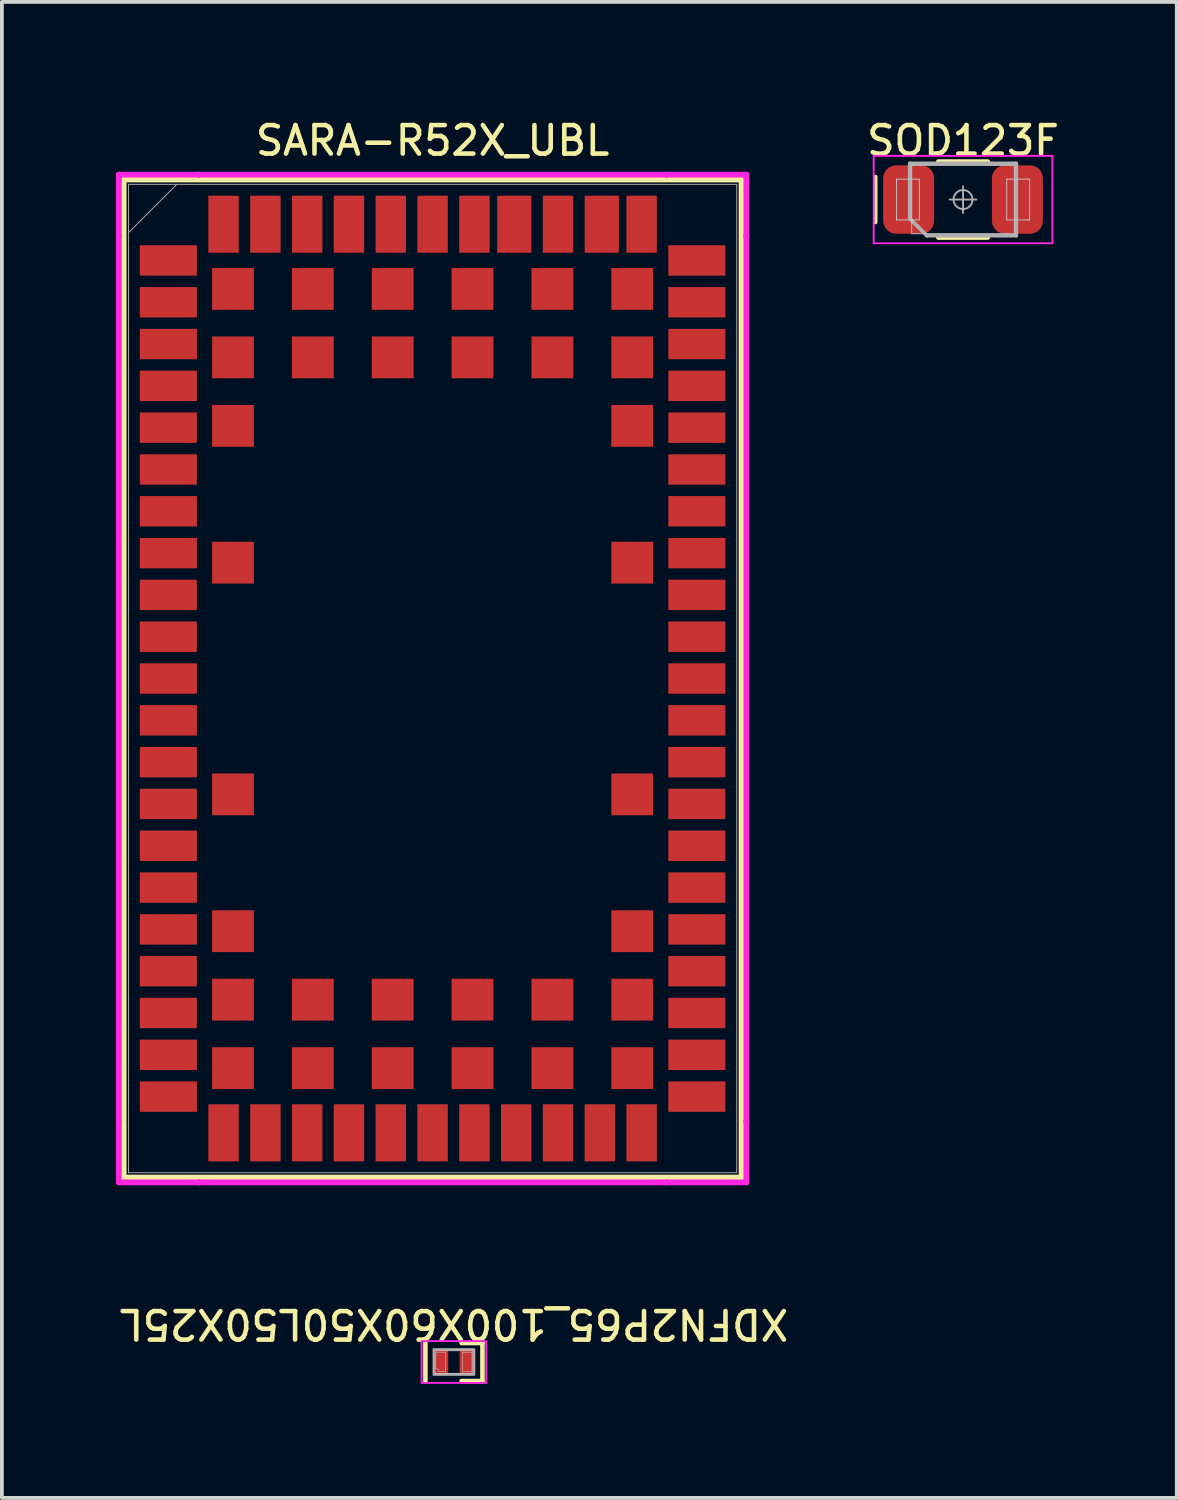
<source format=kicad_pcb>
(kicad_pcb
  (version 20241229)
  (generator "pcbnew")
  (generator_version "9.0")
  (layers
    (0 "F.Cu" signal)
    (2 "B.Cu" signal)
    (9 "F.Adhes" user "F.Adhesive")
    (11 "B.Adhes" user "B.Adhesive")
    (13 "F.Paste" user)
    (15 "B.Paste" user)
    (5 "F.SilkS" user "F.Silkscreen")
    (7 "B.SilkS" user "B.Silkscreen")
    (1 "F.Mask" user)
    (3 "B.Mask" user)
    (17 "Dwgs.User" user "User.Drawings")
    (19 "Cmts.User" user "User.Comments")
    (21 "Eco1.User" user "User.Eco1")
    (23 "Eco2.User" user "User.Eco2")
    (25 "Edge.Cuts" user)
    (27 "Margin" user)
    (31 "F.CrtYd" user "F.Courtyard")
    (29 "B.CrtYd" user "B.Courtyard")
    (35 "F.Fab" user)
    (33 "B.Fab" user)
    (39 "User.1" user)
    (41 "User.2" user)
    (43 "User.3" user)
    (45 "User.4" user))
  (footprint "SARA-R52X_UBL"
    (layer "F.Cu")
    (at 8.33 14.799)
    (property "Reference" "SARA-R52X_UBL" (at 0 -14.15 0) (unlocked yes) (layer "F.SilkS") (effects (font (size 0.75 0.75) (thickness 0.12))))
    (attr smd)
    (fp_line (start -8.127 -13.127) (end -8.127 13.127) (stroke (width 0.152) (type solid)) (layer "F.SilkS"))
    (fp_line (start -8.127 13.127) (end 8.127 13.127) (stroke (width 0.152) (type solid)) (layer "F.SilkS"))
    (fp_line (start 8.127 -13.127) (end -8.127 -13.127) (stroke (width 0.152) (type solid)) (layer "F.SilkS"))
    (fp_line (start 8.127 13.127) (end 8.127 -13.127) (stroke (width 0.152) (type solid)) (layer "F.SilkS"))
    (fp_line (start -8.254 -13.254) (end -6.153 -13.254) (stroke (width 0.152) (type solid)) (layer "F.CrtYd"))
    (fp_line (start -8.254 -11.652) (end -8.254 -13.254) (stroke (width 0.152) (type solid)) (layer "F.CrtYd"))
    (fp_line (start -8.254 -11.652) (end -8.254 -11.652) (stroke (width 0.152) (type solid)) (layer "F.CrtYd"))
    (fp_line (start -8.254 11.652) (end -8.254 -11.652) (stroke (width 0.152) (type solid)) (layer "F.CrtYd"))
    (fp_line (start -8.254 11.652) (end -8.254 11.652) (stroke (width 0.152) (type solid)) (layer "F.CrtYd"))
    (fp_line (start -8.254 13.254) (end -8.254 11.652) (stroke (width 0.152) (type solid)) (layer "F.CrtYd"))
    (fp_line (start -6.153 -13.254) (end -6.153 -13.254) (stroke (width 0.152) (type solid)) (layer "F.CrtYd"))
    (fp_line (start -6.153 -13.254) (end 6.153 -13.254) (stroke (width 0.152) (type solid)) (layer "F.CrtYd"))
    (fp_line (start -6.153 13.254) (end -8.254 13.254) (stroke (width 0.152) (type solid)) (layer "F.CrtYd"))
    (fp_line (start -6.153 13.254) (end -6.153 13.254) (stroke (width 0.152) (type solid)) (layer "F.CrtYd"))
    (fp_line (start 6.153 -13.254) (end 6.153 -13.254) (stroke (width 0.152) (type solid)) (layer "F.CrtYd"))
    (fp_line (start 6.153 -13.254) (end 8.254 -13.254) (stroke (width 0.152) (type solid)) (layer "F.CrtYd"))
    (fp_line (start 6.153 13.254) (end -6.153 13.254) (stroke (width 0.152) (type solid)) (layer "F.CrtYd"))
    (fp_line (start 6.153 13.254) (end 6.153 13.254) (stroke (width 0.152) (type solid)) (layer "F.CrtYd"))
    (fp_line (start 8.254 -13.254) (end 8.254 -11.652) (stroke (width 0.152) (type solid)) (layer "F.CrtYd"))
    (fp_line (start 8.254 -11.652) (end 8.254 -11.652) (stroke (width 0.152) (type solid)) (layer "F.CrtYd"))
    (fp_line (start 8.254 -11.652) (end 8.254 11.652) (stroke (width 0.152) (type solid)) (layer "F.CrtYd"))
    (fp_line (start 8.254 11.652) (end 8.254 11.652) (stroke (width 0.152) (type solid)) (layer "F.CrtYd"))
    (fp_line (start 8.254 11.652) (end 8.254 13.254) (stroke (width 0.152) (type solid)) (layer "F.CrtYd"))
    (fp_line (start 8.254 13.254) (end 6.153 13.254) (stroke (width 0.152) (type solid)) (layer "F.CrtYd"))
    (fp_line (start -8 -13) (end -8 13) (stroke (width 0.025) (type solid)) (layer "F.Fab"))
    (fp_line (start -8 -11.73) (end -6.73 -13) (stroke (width 0.025) (type solid)) (layer "F.Fab"))
    (fp_line (start -8 13) (end 8 13) (stroke (width 0.025) (type solid)) (layer "F.Fab"))
    (fp_line (start 8 -13) (end -8 -13) (stroke (width 0.025) (type solid)) (layer "F.Fab"))
    (fp_line (start 8 13) (end 8 -13) (stroke (width 0.025) (type solid)) (layer "F.Fab"))
    (pad "1" smd rect (at -6.951 -10.998) (size 1.501 0.8) (layers "F.Cu" "F.Mask" "F.Paste"))
    (pad "2" smd rect (at -6.951 -9.898) (size 1.501 0.8) (layers "F.Cu" "F.Mask" "F.Paste"))
    (pad "3" smd rect (at -6.951 -8.799) (size 1.501 0.8) (layers "F.Cu" "F.Mask" "F.Paste"))
    (pad "4" smd rect (at -6.951 -7.699) (size 1.501 0.8) (layers "F.Cu" "F.Mask" "F.Paste"))
    (pad "5" smd rect (at -6.951 -6.599) (size 1.501 0.8) (layers "F.Cu" "F.Mask" "F.Paste"))
    (pad "6" smd rect (at -6.951 -5.499) (size 1.501 0.8) (layers "F.Cu" "F.Mask" "F.Paste"))
    (pad "7" smd rect (at -6.951 -4.399) (size 1.501 0.8) (layers "F.Cu" "F.Mask" "F.Paste"))
    (pad "8" smd rect (at -6.951 -3.299) (size 1.501 0.8) (layers "F.Cu" "F.Mask" "F.Paste"))
    (pad "9" smd rect (at -6.951 -2.2) (size 1.501 0.8) (layers "F.Cu" "F.Mask" "F.Paste"))
    (pad "10" smd rect (at -6.951 -1.1) (size 1.501 0.8) (layers "F.Cu" "F.Mask" "F.Paste"))
    (pad "11" smd rect (at -6.951 0) (size 1.501 0.8) (layers "F.Cu" "F.Mask" "F.Paste"))
    (pad "12" smd rect (at -6.951 1.1) (size 1.501 0.8) (layers "F.Cu" "F.Mask" "F.Paste"))
    (pad "13" smd rect (at -6.951 2.2) (size 1.501 0.8) (layers "F.Cu" "F.Mask" "F.Paste"))
    (pad "14" smd rect (at -6.951 3.299) (size 1.501 0.8) (layers "F.Cu" "F.Mask" "F.Paste"))
    (pad "15" smd rect (at -6.951 4.399) (size 1.501 0.8) (layers "F.Cu" "F.Mask" "F.Paste"))
    (pad "16" smd rect (at -6.951 5.499) (size 1.501 0.8) (layers "F.Cu" "F.Mask" "F.Paste"))
    (pad "17" smd rect (at -6.951 6.599) (size 1.501 0.8) (layers "F.Cu" "F.Mask" "F.Paste"))
    (pad "18" smd rect (at -6.951 7.699) (size 1.501 0.8) (layers "F.Cu" "F.Mask" "F.Paste"))
    (pad "19" smd rect (at -6.951 8.799) (size 1.501 0.8) (layers "F.Cu" "F.Mask" "F.Paste"))
    (pad "20" smd rect (at -6.951 9.898) (size 1.501 0.8) (layers "F.Cu" "F.Mask" "F.Paste"))
    (pad "21" smd rect (at -6.951 10.998) (size 1.501 0.8) (layers "F.Cu" "F.Mask" "F.Paste"))
    (pad "22" smd rect (at -5.499 11.951 90) (size 1.501 0.8) (layers "F.Cu" "F.Mask" "F.Paste"))
    (pad "23" smd rect (at -4.399 11.951 90) (size 1.501 0.8) (layers "F.Cu" "F.Mask" "F.Paste"))
    (pad "24" smd rect (at -3.299 11.951 90) (size 1.501 0.8) (layers "F.Cu" "F.Mask" "F.Paste"))
    (pad "25" smd rect (at -2.2 11.951 90) (size 1.501 0.8) (layers "F.Cu" "F.Mask" "F.Paste"))
    (pad "26" smd rect (at -1.1 11.951 90) (size 1.501 0.8) (layers "F.Cu" "F.Mask" "F.Paste"))
    (pad "27" smd rect (at 0 11.951 90) (size 1.501 0.8) (layers "F.Cu" "F.Mask" "F.Paste"))
    (pad "28" smd rect (at 1.1 11.951 90) (size 1.501 0.8) (layers "F.Cu" "F.Mask" "F.Paste"))
    (pad "29" smd rect (at 2.2 11.951 90) (size 1.501 0.8) (layers "F.Cu" "F.Mask" "F.Paste"))
    (pad "30" smd rect (at 3.299 11.951 90) (size 1.501 0.8) (layers "F.Cu" "F.Mask" "F.Paste"))
    (pad "31" smd rect (at 4.399 11.951 90) (size 1.501 0.8) (layers "F.Cu" "F.Mask" "F.Paste"))
    (pad "32" smd rect (at 5.499 11.951 90) (size 1.501 0.8) (layers "F.Cu" "F.Mask" "F.Paste"))
    (pad "33" smd rect (at 6.951 10.998) (size 1.501 0.8) (layers "F.Cu" "F.Mask" "F.Paste"))
    (pad "34" smd rect (at 6.951 9.898) (size 1.501 0.8) (layers "F.Cu" "F.Mask" "F.Paste"))
    (pad "35" smd rect (at 6.951 8.799) (size 1.501 0.8) (layers "F.Cu" "F.Mask" "F.Paste"))
    (pad "36" smd rect (at 6.951 7.699) (size 1.501 0.8) (layers "F.Cu" "F.Mask" "F.Paste"))
    (pad "37" smd rect (at 6.951 6.599) (size 1.501 0.8) (layers "F.Cu" "F.Mask" "F.Paste"))
    (pad "38" smd rect (at 6.951 5.499) (size 1.501 0.8) (layers "F.Cu" "F.Mask" "F.Paste"))
    (pad "39" smd rect (at 6.951 4.399) (size 1.501 0.8) (layers "F.Cu" "F.Mask" "F.Paste"))
    (pad "40" smd rect (at 6.951 3.299) (size 1.501 0.8) (layers "F.Cu" "F.Mask" "F.Paste"))
    (pad "41" smd rect (at 6.951 2.2) (size 1.501 0.8) (layers "F.Cu" "F.Mask" "F.Paste"))
    (pad "42" smd rect (at 6.951 1.1) (size 1.501 0.8) (layers "F.Cu" "F.Mask" "F.Paste"))
    (pad "43" smd rect (at 6.951 0) (size 1.501 0.8) (layers "F.Cu" "F.Mask" "F.Paste"))
    (pad "44" smd rect (at 6.951 -1.1) (size 1.501 0.8) (layers "F.Cu" "F.Mask" "F.Paste"))
    (pad "45" smd rect (at 6.951 -2.2) (size 1.501 0.8) (layers "F.Cu" "F.Mask" "F.Paste"))
    (pad "46" smd rect (at 6.951 -3.299) (size 1.501 0.8) (layers "F.Cu" "F.Mask" "F.Paste"))
    (pad "47" smd rect (at 6.951 -4.399) (size 1.501 0.8) (layers "F.Cu" "F.Mask" "F.Paste"))
    (pad "48" smd rect (at 6.951 -5.499) (size 1.501 0.8) (layers "F.Cu" "F.Mask" "F.Paste"))
    (pad "49" smd rect (at 6.951 -6.599) (size 1.501 0.8) (layers "F.Cu" "F.Mask" "F.Paste"))
    (pad "50" smd rect (at 6.951 -7.699) (size 1.501 0.8) (layers "F.Cu" "F.Mask" "F.Paste"))
    (pad "51" smd rect (at 6.951 -8.799) (size 1.501 0.8) (layers "F.Cu" "F.Mask" "F.Paste"))
    (pad "52" smd rect (at 6.951 -9.898) (size 1.501 0.8) (layers "F.Cu" "F.Mask" "F.Paste"))
    (pad "53" smd rect (at 6.951 -10.998) (size 1.501 0.8) (layers "F.Cu" "F.Mask" "F.Paste"))
    (pad "54" smd rect (at 5.499 -11.951 90) (size 1.501 0.8) (layers "F.Cu" "F.Mask" "F.Paste"))
    (pad "55" smd rect (at 4.45 -11.951 90) (size 1.501 0.899) (layers "F.Cu" "F.Mask" "F.Paste"))
    (pad "56" smd rect (at 3.299 -11.951 90) (size 1.501 0.8) (layers "F.Cu" "F.Mask" "F.Paste"))
    (pad "57" smd rect (at 2.149 -11.951 90) (size 1.501 0.899) (layers "F.Cu" "F.Mask" "F.Paste"))
    (pad "58" smd rect (at 1.1 -11.951 90) (size 1.501 0.8) (layers "F.Cu" "F.Mask" "F.Paste"))
    (pad "59" smd rect (at 0 -11.951 90) (size 1.501 0.8) (layers "F.Cu" "F.Mask" "F.Paste"))
    (pad "60" smd rect (at -1.1 -11.951 90) (size 1.501 0.8) (layers "F.Cu" "F.Mask" "F.Paste"))
    (pad "61" smd rect (at -2.2 -11.951 90) (size 1.501 0.8) (layers "F.Cu" "F.Mask" "F.Paste"))
    (pad "62" smd rect (at -3.299 -11.951 90) (size 1.501 0.8) (layers "F.Cu" "F.Mask" "F.Paste"))
    (pad "63" smd rect (at -4.399 -11.951 90) (size 1.501 0.8) (layers "F.Cu" "F.Mask" "F.Paste"))
    (pad "64" smd rect (at -5.499 -11.951 90) (size 1.501 0.8) (layers "F.Cu" "F.Mask" "F.Paste"))
    (pad "65" smd rect (at -5.251 -10.249 90) (size 1.1 1.1) (layers "F.Cu" "F.Mask" "F.Paste"))
    (pad "66" smd rect (at -3.151 -10.249 90) (size 1.1 1.1) (layers "F.Cu" "F.Mask" "F.Paste"))
    (pad "67" smd rect (at -1.05 -10.249 90) (size 1.1 1.1) (layers "F.Cu" "F.Mask" "F.Paste"))
    (pad "68" smd rect (at 1.05 -10.249 90) (size 1.1 1.1) (layers "F.Cu" "F.Mask" "F.Paste"))
    (pad "69" smd rect (at 3.151 -10.249 90) (size 1.1 1.1) (layers "F.Cu" "F.Mask" "F.Paste"))
    (pad "70" smd rect (at 5.251 -10.249 90) (size 1.1 1.1) (layers "F.Cu" "F.Mask" "F.Paste"))
    (pad "71" smd rect (at -5.251 -8.448 90) (size 1.1 1.1) (layers "F.Cu" "F.Mask" "F.Paste"))
    (pad "72" smd rect (at -3.151 -8.448 90) (size 1.1 1.1) (layers "F.Cu" "F.Mask" "F.Paste"))
    (pad "73" smd rect (at -1.05 -8.448 90) (size 1.1 1.1) (layers "F.Cu" "F.Mask" "F.Paste"))
    (pad "74" smd rect (at 1.05 -8.448 90) (size 1.1 1.1) (layers "F.Cu" "F.Mask" "F.Paste"))
    (pad "75" smd rect (at 3.151 -8.448 90) (size 1.1 1.1) (layers "F.Cu" "F.Mask" "F.Paste"))
    (pad "76" smd rect (at 5.251 -8.448 90) (size 1.1 1.1) (layers "F.Cu" "F.Mask" "F.Paste"))
    (pad "77" smd rect (at -5.251 -6.647 90) (size 1.1 1.1) (layers "F.Cu" "F.Mask" "F.Paste"))
    (pad "78" smd rect (at 5.251 -6.647 90) (size 1.1 1.1) (layers "F.Cu" "F.Mask" "F.Paste"))
    (pad "79" smd rect (at -5.251 -3.048 90) (size 1.1 1.1) (layers "F.Cu" "F.Mask" "F.Paste"))
    (pad "80" smd rect (at 5.251 -3.048 90) (size 1.1 1.1) (layers "F.Cu" "F.Mask" "F.Paste"))
    (pad "81" smd rect (at -5.251 3.048 90) (size 1.1 1.1) (layers "F.Cu" "F.Mask" "F.Paste"))
    (pad "82" smd rect (at 5.251 3.048 90) (size 1.1 1.1) (layers "F.Cu" "F.Mask" "F.Paste"))
    (pad "83" smd rect (at -5.251 6.647 90) (size 1.1 1.1) (layers "F.Cu" "F.Mask" "F.Paste"))
    (pad "84" smd rect (at 5.251 6.647 90) (size 1.1 1.1) (layers "F.Cu" "F.Mask" "F.Paste"))
    (pad "85" smd rect (at -5.251 8.448 90) (size 1.1 1.1) (layers "F.Cu" "F.Mask" "F.Paste"))
    (pad "86" smd rect (at -3.151 8.448 90) (size 1.1 1.1) (layers "F.Cu" "F.Mask" "F.Paste"))
    (pad "87" smd rect (at -1.05 8.448 90) (size 1.1 1.1) (layers "F.Cu" "F.Mask" "F.Paste"))
    (pad "88" smd rect (at 1.05 8.448 90) (size 1.1 1.1) (layers "F.Cu" "F.Mask" "F.Paste"))
    (pad "89" smd rect (at 3.151 8.448 90) (size 1.1 1.1) (layers "F.Cu" "F.Mask" "F.Paste"))
    (pad "90" smd rect (at 5.251 8.448 90) (size 1.1 1.1) (layers "F.Cu" "F.Mask" "F.Paste"))
    (pad "91" smd rect (at -5.251 10.249 90) (size 1.1 1.1) (layers "F.Cu" "F.Mask" "F.Paste"))
    (pad "92" smd rect (at -3.151 10.249 90) (size 1.1 1.1) (layers "F.Cu" "F.Mask" "F.Paste"))
    (pad "93" smd rect (at -1.05 10.249 90) (size 1.1 1.1) (layers "F.Cu" "F.Mask" "F.Paste"))
    (pad "94" smd rect (at 1.05 10.249 90) (size 1.1 1.1) (layers "F.Cu" "F.Mask" "F.Paste"))
    (pad "95" smd rect (at 3.151 10.249 90) (size 1.1 1.1) (layers "F.Cu" "F.Mask" "F.Paste"))
    (pad "96" smd rect (at 5.251 10.249 90) (size 1.1 1.1) (layers "F.Cu" "F.Mask" "F.Paste")))
  (footprint "XDFN2P65_100X60X50L50X25L"
    (layer "F.Cu")
    (at 8.891 32.779)
    (property "Reference" "XDFN2P65_100X60X50L50X25L" (at 0 -1 180) (unlocked yes) (layer "F.SilkS") (effects (font (size 0.75 0.75) (thickness 0.12))))
    (attr smd)
    (fp_line (start -0.75 -0.5) (end -0.75 0.5) (stroke (width 0.12) (type solid)) (layer "F.SilkS"))
    (fp_line (start 0.2 0.5) (end 0.75 0.5) (stroke (width 0.12) (type solid)) (layer "F.SilkS"))
    (fp_line (start 0.75 -0.5) (end 0.2 -0.5) (stroke (width 0.12) (type solid)) (layer "F.SilkS"))
    (fp_line (start 0.75 0.5) (end 0.75 -0.5) (stroke (width 0.12) (type solid)) (layer "F.SilkS"))
    (fp_line (start -0.475 -0.25) (end -0.475 0.175) (stroke (width 0.015) (type default)) (layer "Dwgs.User"))
    (fp_line (start -0.4 0.25) (end -0.225 0.25) (stroke (width 0.015) (type default)) (layer "Dwgs.User"))
    (fp_line (start -0.225 -0.25) (end -0.475 -0.25) (stroke (width 0.015) (type default)) (layer "Dwgs.User"))
    (fp_line (start -0.225 -0.25) (end -0.225 0.25) (stroke (width 0.015) (type default)) (layer "Dwgs.User"))
    (fp_rect (start -0.5 -0.3) (end 0.5 0.3) (stroke (width 0.025) (type default)) (fill no) (layer "Dwgs.User"))
    (fp_rect (start 0.225 -0.25) (end 0.475 0.25) (stroke (width 0.015) (type default)) (fill no) (layer "Dwgs.User"))
    (fp_arc (start -0.475 0.175) (mid -0.421967 0.196967) (end -0.4 0.25) (stroke (width 0.015) (type default)) (layer "Dwgs.User"))
    (fp_rect (start -0.85 -0.55) (end 0.85 0.55) (stroke (width 0.05) (type default)) (fill no) (layer "F.CrtYd"))
    (fp_rect (start -0.537 -0.338) (end 0.537 0.338) (stroke (width 0.05) (type default)) (fill no) (layer "F.Fab"))
    (pad "1" smd roundrect (at -0.35 0 180) (size 0.4 0.7) (layers "F.Cu" "F.Mask" "F.Paste") (roundrect_rratio 0.25))
    (pad "2" smd roundrect (at 0.35 0 180) (size 0.4 0.7) (layers "F.Cu" "F.Mask" "F.Paste") (roundrect_rratio 0.25)))
  (footprint "SOD123F"
    (layer "F.Cu")
    (at 22.283 2.199)
    (property "Reference" "SOD123F" (at 0 -1.55 180) (layer "F.SilkS") (effects (font (size 0.75 0.75) (thickness 0.12))))
    (attr smd)
    (fp_line (start -2.3 -0.6) (end -2.3 0.6) (stroke (width 0.1) (type default)) (layer "F.SilkS"))
    (fp_line (start 0.65 -1) (end -0.65 -1) (stroke (width 0.12) (type solid)) (layer "F.SilkS"))
    (fp_line (start 0.65 1) (end -0.65 1) (stroke (width 0.12) (type solid)) (layer "F.SilkS"))
    (fp_line (start -1.75 -0.537) (end -1.15 -0.537) (stroke (width 0.025) (type solid)) (layer "Dwgs.User"))
    (fp_line (start -1.75 0.537) (end -1.75 -0.537) (stroke (width 0.025) (type solid)) (layer "Dwgs.User"))
    (fp_line (start -1.35 -0.9) (end 1.35 -0.9) (stroke (width 0.025) (type solid)) (layer "Dwgs.User"))
    (fp_line (start -1.35 0.9) (end -1.35 -0.9) (stroke (width 0.025) (type solid)) (layer "Dwgs.User"))
    (fp_line (start -1.15 -0.537) (end -1.15 0.537) (stroke (width 0.025) (type solid)) (layer "Dwgs.User"))
    (fp_line (start -1.15 0.537) (end -1.75 0.537) (stroke (width 0.025) (type solid)) (layer "Dwgs.User"))
    (fp_line (start 1.15 -0.537) (end 1.75 -0.537) (stroke (width 0.025) (type solid)) (layer "Dwgs.User"))
    (fp_line (start 1.15 0.537) (end 1.15 -0.537) (stroke (width 0.025) (type solid)) (layer "Dwgs.User"))
    (fp_line (start 1.35 -0.9) (end 1.35 0.9) (stroke (width 0.025) (type solid)) (layer "Dwgs.User"))
    (fp_line (start 1.35 0.9) (end -1.35 0.9) (stroke (width 0.025) (type solid)) (layer "Dwgs.User"))
    (fp_line (start 1.75 -0.537) (end 1.75 0.537) (stroke (width 0.025) (type solid)) (layer "Dwgs.User"))
    (fp_line (start 1.75 0.537) (end 1.15 0.537) (stroke (width 0.025) (type solid)) (layer "Dwgs.User"))
    (fp_line (start -2.35 -1.15) (end -2.35 1.15) (stroke (width 0.05) (type solid)) (layer "F.CrtYd"))
    (fp_line (start -2.35 1.15) (end 2.35 1.15) (stroke (width 0.05) (type solid)) (layer "F.CrtYd"))
    (fp_line (start 2.35 -1.15) (end -2.35 -1.15) (stroke (width 0.05) (type solid)) (layer "F.CrtYd"))
    (fp_line (start 2.35 1.15) (end 2.35 -1.15) (stroke (width 0.05) (type solid)) (layer "F.CrtYd"))
    (fp_line (start -1.4 -0.95) (end -1.4 0.5) (stroke (width 0.1) (type solid)) (layer "F.Fab"))
    (fp_line (start -1.4 0.5) (end -0.95 0.95) (stroke (width 0.1) (type solid)) (layer "F.Fab"))
    (fp_line (start -0.95 0.95) (end 1.4 0.95) (stroke (width 0.1) (type solid)) (layer "F.Fab"))
    (fp_line (start 0 -0.35) (end 0 0.35) (stroke (width 0.05) (type solid)) (layer "F.Fab"))
    (fp_line (start 0.35 0) (end -0.35 0) (stroke (width 0.05) (type solid)) (layer "F.Fab"))
    (fp_line (start 1.4 -0.95) (end -1.4 -0.95) (stroke (width 0.1) (type solid)) (layer "F.Fab"))
    (fp_line (start 1.4 0.95) (end 1.4 -0.95) (stroke (width 0.1) (type solid)) (layer "F.Fab"))
    (fp_circle (center 0 0) (end 0.25 0) (stroke (width 0.05) (type solid)) (fill no) (layer "F.Fab"))
    (pad "1" smd roundrect (at 1.43 0) (size 1.34 1.8) (layers "F.Cu" "F.Mask" "F.Paste") (roundrect_rratio 0.25))
    (pad "2" smd roundrect (at -1.43 0) (size 1.34 1.8) (layers "F.Cu" "F.Mask" "F.Paste") (roundrect_rratio 0.25)))
  (gr_rect
    (start -3 -3)
    (end 27.906 36.354)
    (stroke (width 0.1) (type default))
    (fill no)
    (layer "Edge.Cuts")))
</source>
